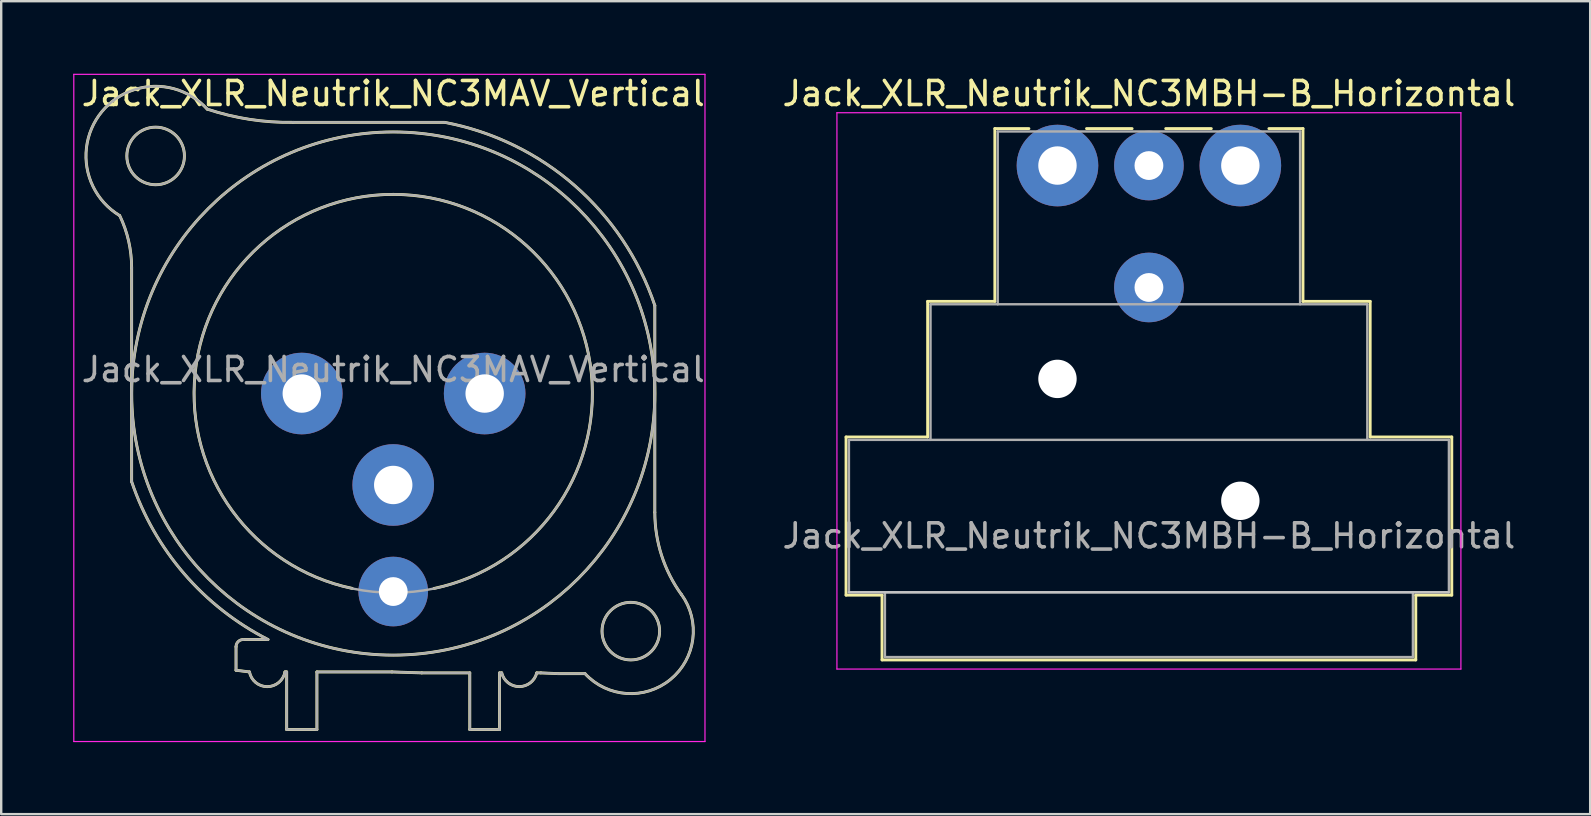
<source format=kicad_pcb>
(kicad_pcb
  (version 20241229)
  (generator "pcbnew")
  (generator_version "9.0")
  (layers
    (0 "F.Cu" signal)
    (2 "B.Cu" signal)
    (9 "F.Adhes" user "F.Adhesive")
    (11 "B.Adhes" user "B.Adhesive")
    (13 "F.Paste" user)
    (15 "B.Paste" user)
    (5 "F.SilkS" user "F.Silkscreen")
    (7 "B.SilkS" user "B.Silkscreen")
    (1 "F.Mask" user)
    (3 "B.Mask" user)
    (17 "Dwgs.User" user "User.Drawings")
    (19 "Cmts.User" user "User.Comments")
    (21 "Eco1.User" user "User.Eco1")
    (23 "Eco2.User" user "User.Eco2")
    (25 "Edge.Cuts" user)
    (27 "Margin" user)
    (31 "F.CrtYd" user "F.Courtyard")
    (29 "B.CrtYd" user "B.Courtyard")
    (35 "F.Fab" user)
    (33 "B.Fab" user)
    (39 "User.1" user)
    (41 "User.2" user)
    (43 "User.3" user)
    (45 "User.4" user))
  (footprint "Jack_XLR_Neutrik_NC3MBH-B_Horizontal"
    (layer "F.Cu")
    (at 41.013 3.848)
    (property "Reference" "Jack_XLR_Neutrik_NC3MBH-B_Horizontal" (at 3.81 -3 0) (layer "F.SilkS") (effects (font (size 1 1) (thickness 0.15))))
    (attr through_hole)
    (fp_line (start -8.81 11.31) (end -5.41 11.31) (stroke (width 0.12) (type solid)) (layer "F.SilkS"))
    (fp_line (start -8.81 17.9) (end -8.81 11.31) (stroke (width 0.12) (type solid)) (layer "F.SilkS"))
    (fp_line (start -7.31 17.9) (end -8.81 17.9) (stroke (width 0.12) (type solid)) (layer "F.SilkS"))
    (fp_line (start -7.31 17.9) (end -7.31 20.6) (stroke (width 0.12) (type solid)) (layer "F.SilkS"))
    (fp_line (start -5.41 11.31) (end -5.41 5.66) (stroke (width 0.12) (type solid)) (layer "F.SilkS"))
    (fp_line (start -2.61 5.66) (end -5.41 5.66) (stroke (width 0.12) (type solid)) (layer "F.SilkS"))
    (fp_line (start -2.61 5.66) (end -2.61 -1.54) (stroke (width 0.12) (type solid)) (layer "F.SilkS"))
    (fp_line (start -1.19 -1.54) (end -2.61 -1.54) (stroke (width 0.12) (type solid)) (layer "F.SilkS"))
    (fp_line (start 3.11 -1.54) (end 1.21 -1.54) (stroke (width 0.12) (type solid)) (layer "F.SilkS"))
    (fp_line (start 4.51 -1.54) (end 6.41 -1.54) (stroke (width 0.12) (type solid)) (layer "F.SilkS"))
    (fp_line (start 10.23 -1.54) (end 8.81 -1.54) (stroke (width 0.12) (type solid)) (layer "F.SilkS"))
    (fp_line (start 10.23 5.66) (end 10.23 -1.54) (stroke (width 0.12) (type solid)) (layer "F.SilkS"))
    (fp_line (start 10.23 5.66) (end 13.03 5.66) (stroke (width 0.12) (type solid)) (layer "F.SilkS"))
    (fp_line (start 13.03 11.31) (end 13.03 5.66) (stroke (width 0.12) (type solid)) (layer "F.SilkS"))
    (fp_line (start 13.03 11.31) (end 16.43 11.31) (stroke (width 0.12) (type solid)) (layer "F.SilkS"))
    (fp_line (start 14.93 17.9) (end 14.93 20.6) (stroke (width 0.12) (type solid)) (layer "F.SilkS"))
    (fp_line (start 14.93 20.6) (end -7.31 20.6) (stroke (width 0.12) (type solid)) (layer "F.SilkS"))
    (fp_line (start 16.43 17.9) (end 14.93 17.9) (stroke (width 0.12) (type solid)) (layer "F.SilkS"))
    (fp_line (start 16.43 17.9) (end 16.43 11.31) (stroke (width 0.12) (type solid)) (layer "F.SilkS"))
    (fp_line (start 16.31 17.78) (end -8.69 17.78) (stroke (width 0.1) (type solid)) (layer "Dwgs.User"))
    (fp_line (start -9.19 20.98) (end -9.19 -2.2) (stroke (width 0.05) (type solid)) (layer "F.CrtYd"))
    (fp_line (start 16.81 -2.2) (end -9.19 -2.2) (stroke (width 0.05) (type solid)) (layer "F.CrtYd"))
    (fp_line (start 16.81 20.98) (end -9.19 20.98) (stroke (width 0.05) (type solid)) (layer "F.CrtYd"))
    (fp_line (start 16.81 20.98) (end 16.81 -2.2) (stroke (width 0.05) (type solid)) (layer "F.CrtYd"))
    (fp_line (start -8.69 11.43) (end 16.31 11.43) (stroke (width 0.1) (type solid)) (layer "F.Fab"))
    (fp_line (start -8.69 17.78) (end -8.69 11.43) (stroke (width 0.1) (type solid)) (layer "F.Fab"))
    (fp_line (start -7.19 20.48) (end -7.19 17.78) (stroke (width 0.1) (type solid)) (layer "F.Fab"))
    (fp_line (start -5.29 5.78) (end -5.29 11.43) (stroke (width 0.1) (type solid)) (layer "F.Fab"))
    (fp_line (start -5.29 5.78) (end 12.91 5.78) (stroke (width 0.1) (type solid)) (layer "F.Fab"))
    (fp_line (start -2.49 5.78) (end -2.49 -1.42) (stroke (width 0.1) (type solid)) (layer "F.Fab"))
    (fp_line (start 10.11 -1.42) (end -2.49 -1.42) (stroke (width 0.1) (type solid)) (layer "F.Fab"))
    (fp_line (start 10.11 5.78) (end 10.11 -1.42) (stroke (width 0.1) (type solid)) (layer "F.Fab"))
    (fp_line (start 12.91 11.43) (end 12.91 5.78) (stroke (width 0.1) (type solid)) (layer "F.Fab"))
    (fp_line (start 14.81 17.78) (end 14.81 20.48) (stroke (width 0.1) (type solid)) (layer "F.Fab"))
    (fp_line (start 14.81 20.48) (end -7.19 20.48) (stroke (width 0.1) (type solid)) (layer "F.Fab"))
    (fp_line (start 16.31 11.43) (end 16.31 17.78) (stroke (width 0.1) (type solid)) (layer "F.Fab"))
    (fp_line (start 16.31 17.78) (end -8.69 17.78) (stroke (width 0.1) (type solid)) (layer "F.Fab"))
    (fp_text user "${REFERENCE}" (at 3.81 15.43 0) (layer "F.Fab") (effects (font (size 1 1) (thickness 0.15))))
    (pad "" np_thru_hole circle (at 0 8.89) (size 1.6 1.6) (drill 1.6) (layers "*.Cu" "*.Mask"))
    (pad "" np_thru_hole circle (at 7.62 13.97) (size 1.6 1.6) (drill 1.6) (layers "*.Cu" "*.Mask"))
    (pad "1" thru_hole circle (at 0 0) (size 3.4 3.4) (drill 1.6) (layers "*.Cu" "*.Mask"))
    (pad "2" thru_hole circle (at 7.62 0) (size 3.4 3.4) (drill 1.6) (layers "*.Cu" "*.Mask"))
    (pad "3" thru_hole circle (at 3.81 0) (size 2.9 2.9) (drill 1.2) (layers "*.Cu" "*.Mask"))
    (pad "G" thru_hole circle (at 3.81 5.08) (size 2.9 2.9) (drill 1.2) (layers "*.Cu" "*.Mask")))
  (footprint "Jack_XLR_Neutrik_NC3MAV_Vertical"
    (layer "F.Cu")
    (at 9.525 13.348)
    (property "Reference" "Jack_XLR_Neutrik_NC3MAV_Vertical" (at 3.81 -12.5 0) (layer "F.SilkS") (effects (font (size 1 1) (thickness 0.15))))
    (attr through_hole)
    (fp_line (start -7.09 3.67) (end -7.09 -5.24) (stroke (width 0.12) (type solid)) (layer "F.SilkS"))
    (fp_line (start -2.74 11.53) (end -2.74 10.55) (stroke (width 0.12) (type solid)) (layer "F.SilkS"))
    (fp_line (start -2.74 11.53) (end -2.18 11.6) (stroke (width 0.12) (type solid)) (layer "F.SilkS"))
    (fp_line (start -1.41 10.25) (end -2.44 10.25) (stroke (width 0.12) (type solid)) (layer "F.SilkS"))
    (fp_line (start -0.7 11.6) (end -0.63 11.6) (stroke (width 0.12) (type solid)) (layer "F.SilkS"))
    (fp_line (start -0.63 11.6) (end -0.63 14) (stroke (width 0.12) (type solid)) (layer "F.SilkS"))
    (fp_line (start 0.63 11.6) (end 0.63 14) (stroke (width 0.12) (type solid)) (layer "F.SilkS"))
    (fp_line (start 0.63 11.6) (end 3.76 11.6) (stroke (width 0.12) (type solid)) (layer "F.SilkS"))
    (fp_line (start 0.63 14) (end -0.63 14) (stroke (width 0.12) (type solid)) (layer "F.SilkS"))
    (fp_line (start 3.76 11.6) (end 5 11.64) (stroke (width 0.12) (type solid)) (layer "F.SilkS"))
    (fp_line (start 5 11.64) (end 7 11.64) (stroke (width 0.12) (type solid)) (layer "F.SilkS"))
    (fp_line (start 5.95 -11.3) (end -0.36 -11.3) (stroke (width 0.12) (type solid)) (layer "F.SilkS"))
    (fp_line (start 7 11.64) (end 7 14) (stroke (width 0.12) (type solid)) (layer "F.SilkS"))
    (fp_line (start 8.24 11.64) (end 8.24 14) (stroke (width 0.12) (type solid)) (layer "F.SilkS"))
    (fp_line (start 8.24 11.64) (end 8.33 11.64) (stroke (width 0.12) (type solid)) (layer "F.SilkS"))
    (fp_line (start 8.24 14) (end 7 14) (stroke (width 0.12) (type solid)) (layer "F.SilkS"))
    (fp_line (start 9.79 11.64) (end 9.96 11.64) (stroke (width 0.12) (type solid)) (layer "F.SilkS"))
    (fp_line (start 9.96 11.64) (end 10.66 11.67) (stroke (width 0.12) (type solid)) (layer "F.SilkS"))
    (fp_line (start 10.66 11.67) (end 11.8 11.67) (stroke (width 0.12) (type solid)) (layer "F.SilkS"))
    (fp_line (start 14.71 -3.67) (end 14.71 4.95) (stroke (width 0.12) (type solid)) (layer "F.SilkS"))
    (fp_arc (start -7.593301 -7.417041) (mid -8.329941 -11.745986) (end -3.94 -11.85) (stroke (width 0.12) (type solid)) (layer "F.SilkS"))
    (fp_arc (start -7.585604 -7.412632) (mid -7.215472 -6.354221) (end -7.09 -5.24) (stroke (width 0.12) (type solid)) (layer "F.SilkS"))
    (fp_arc (start -2.74 10.55) (mid -2.652132 10.337868) (end -2.44 10.25) (stroke (width 0.12) (type solid)) (layer "F.SilkS"))
    (fp_arc (start -1.409988 10.248445) (mid -4.895314 7.51641) (end -7.09 3.67) (stroke (width 0.12) (type solid)) (layer "F.SilkS"))
    (fp_arc (start -0.699936 11.599661) (mid -1.439828 12.213127) (end -2.18 11.6) (stroke (width 0.12) (type solid)) (layer "F.SilkS"))
    (fp_arc (start -0.36 -11.3) (mid -2.1728 -11.424322) (end -3.939109 -11.850762) (stroke (width 0.12) (type solid)) (layer "F.SilkS"))
    (fp_arc (start 2.1 8.12) (mid 3.816114 -8.2981) (end 5.508033 8.122511) (stroke (width 0.12) (type solid)) (layer "F.SilkS"))
    (fp_arc (start 5.963496 -11.297847) (mid 11.369395 -8.668013) (end 14.71 -3.67) (stroke (width 0.12) (type solid)) (layer "F.SilkS"))
    (fp_arc (start 9.789694 11.641238) (mid 9.059362 12.211864) (end 8.33 11.64) (stroke (width 0.12) (type solid)) (layer "F.SilkS"))
    (fp_arc (start 15.815277 8.372002) (mid 14.993173 6.748036) (end 14.71 4.95) (stroke (width 0.12) (type solid)) (layer "F.SilkS"))
    (fp_arc (start 15.818809 8.372281) (mid 15.361853 11.913053) (end 11.8 11.67) (stroke (width 0.12) (type solid)) (layer "F.SilkS"))
    (fp_circle (center -6.09 -9.9) (end -4.89 -9.9) (stroke (width 0.12) (type solid)) (fill no) (layer "F.SilkS"))
    (fp_circle (center 3.81 0) (end 14.71 0) (stroke (width 0.12) (type solid)) (fill no) (layer "F.SilkS"))
    (fp_circle (center 13.71 9.9) (end 14.91 9.9) (stroke (width 0.12) (type solid)) (fill no) (layer "F.SilkS"))
    (fp_line (start -9.5 -13.3) (end 16.8 -13.3) (stroke (width 0.05) (type solid)) (layer "F.CrtYd"))
    (fp_line (start -9.5 14.5) (end -9.5 -13.3) (stroke (width 0.05) (type solid)) (layer "F.CrtYd"))
    (fp_line (start 16.8 -13.3) (end 16.8 14.5) (stroke (width 0.05) (type solid)) (layer "F.CrtYd"))
    (fp_line (start 16.8 14.5) (end -9.5 14.5) (stroke (width 0.05) (type solid)) (layer "F.CrtYd"))
    (fp_line (start -7.09 3.67) (end -7.09 -5.24) (stroke (width 0.1) (type solid)) (layer "F.Fab"))
    (fp_line (start -2.74 11.53) (end -2.74 10.55) (stroke (width 0.1) (type solid)) (layer "F.Fab"))
    (fp_line (start -2.74 11.53) (end -2.18 11.6) (stroke (width 0.1) (type solid)) (layer "F.Fab"))
    (fp_line (start -1.41 10.25) (end -2.44 10.25) (stroke (width 0.1) (type solid)) (layer "F.Fab"))
    (fp_line (start -0.7 11.6) (end -0.63 11.6) (stroke (width 0.1) (type solid)) (layer "F.Fab"))
    (fp_line (start -0.63 11.6) (end -0.63 14) (stroke (width 0.1) (type solid)) (layer "F.Fab"))
    (fp_line (start 0.63 11.6) (end 0.63 14) (stroke (width 0.1) (type solid)) (layer "F.Fab"))
    (fp_line (start 0.63 11.6) (end 3.76 11.6) (stroke (width 0.1) (type solid)) (layer "F.Fab"))
    (fp_line (start 0.63 14) (end -0.63 14) (stroke (width 0.1) (type solid)) (layer "F.Fab"))
    (fp_line (start 3.76 11.6) (end 5 11.64) (stroke (width 0.1) (type solid)) (layer "F.Fab"))
    (fp_line (start 5 11.64) (end 7 11.64) (stroke (width 0.1) (type solid)) (layer "F.Fab"))
    (fp_line (start 5.95 -11.3) (end -0.36 -11.3) (stroke (width 0.1) (type solid)) (layer "F.Fab"))
    (fp_line (start 7 11.64) (end 7 14) (stroke (width 0.1) (type solid)) (layer "F.Fab"))
    (fp_line (start 8.24 11.64) (end 8.24 14) (stroke (width 0.1) (type solid)) (layer "F.Fab"))
    (fp_line (start 8.24 11.64) (end 8.33 11.64) (stroke (width 0.1) (type solid)) (layer "F.Fab"))
    (fp_line (start 8.24 14) (end 7 14) (stroke (width 0.1) (type solid)) (layer "F.Fab"))
    (fp_line (start 9.79 11.64) (end 9.96 11.64) (stroke (width 0.1) (type solid)) (layer "F.Fab"))
    (fp_line (start 9.96 11.64) (end 10.66 11.67) (stroke (width 0.1) (type solid)) (layer "F.Fab"))
    (fp_line (start 10.66 11.67) (end 11.8 11.67) (stroke (width 0.1) (type solid)) (layer "F.Fab"))
    (fp_line (start 14.71 -3.67) (end 14.71 4.95) (stroke (width 0.1) (type solid)) (layer "F.Fab"))
    (fp_arc (start -7.593301 -7.417041) (mid -8.329941 -11.745986) (end -3.94 -11.85) (stroke (width 0.1) (type solid)) (layer "F.Fab"))
    (fp_arc (start -7.585604 -7.412632) (mid -7.215472 -6.354221) (end -7.09 -5.24) (stroke (width 0.1) (type solid)) (layer "F.Fab"))
    (fp_arc (start -2.74 10.55) (mid -2.652132 10.337868) (end -2.44 10.25) (stroke (width 0.1) (type solid)) (layer "F.Fab"))
    (fp_arc (start -1.409988 10.248445) (mid -4.895314 7.51641) (end -7.09 3.67) (stroke (width 0.1) (type solid)) (layer "F.Fab"))
    (fp_arc (start -0.699936 11.599661) (mid -1.439828 12.213127) (end -2.18 11.6) (stroke (width 0.1) (type solid)) (layer "F.Fab"))
    (fp_arc (start -0.36 -11.3) (mid -2.1728 -11.424322) (end -3.939109 -11.850762) (stroke (width 0.1) (type solid)) (layer "F.Fab"))
    (fp_arc (start 5.963496 -11.297847) (mid 11.369395 -8.668013) (end 14.71 -3.67) (stroke (width 0.1) (type solid)) (layer "F.Fab"))
    (fp_arc (start 9.789694 11.641238) (mid 9.059362 12.211864) (end 8.33 11.64) (stroke (width 0.1) (type solid)) (layer "F.Fab"))
    (fp_arc (start 15.815277 8.372002) (mid 14.993173 6.748036) (end 14.71 4.95) (stroke (width 0.1) (type solid)) (layer "F.Fab"))
    (fp_arc (start 15.818809 8.372281) (mid 15.361853 11.913053) (end 11.8 11.67) (stroke (width 0.1) (type solid)) (layer "F.Fab"))
    (fp_circle (center -6.09 -9.9) (end -4.89 -9.9) (stroke (width 0.1) (type solid)) (fill no) (layer "F.Fab"))
    (fp_circle (center 3.81 0) (end 12.11 0) (stroke (width 0.1) (type solid)) (fill no) (layer "F.Fab"))
    (fp_circle (center 3.81 0) (end 14.71 0) (stroke (width 0.1) (type solid)) (fill no) (layer "F.Fab"))
    (fp_circle (center 13.71 9.9) (end 14.91 9.9) (stroke (width 0.1) (type solid)) (fill no) (layer "F.Fab"))
    (fp_text user "${REFERENCE}" (at 3.81 -1 0) (layer "F.Fab") (effects (font (size 1 1) (thickness 0.15))))
    (pad "1" thru_hole circle (at 0 0) (size 3.4 3.4) (drill 1.6) (layers "*.Cu" "*.Mask"))
    (pad "2" thru_hole circle (at 7.62 0) (size 3.4 3.4) (drill 1.6) (layers "*.Cu" "*.Mask"))
    (pad "3" thru_hole circle (at 3.81 3.81) (size 3.4 3.4) (drill 1.6) (layers "*.Cu" "*.Mask"))
    (pad "G" thru_hole circle (at 3.81 8.25) (size 2.9 2.9) (drill 1.2) (layers "*.Cu" "*.Mask")))
  (gr_rect
    (start -3 -3)
    (end 63.21 30.873)
    (stroke (width 0.1) (type default))
    (fill no)
    (layer "Edge.Cuts")))
</source>
